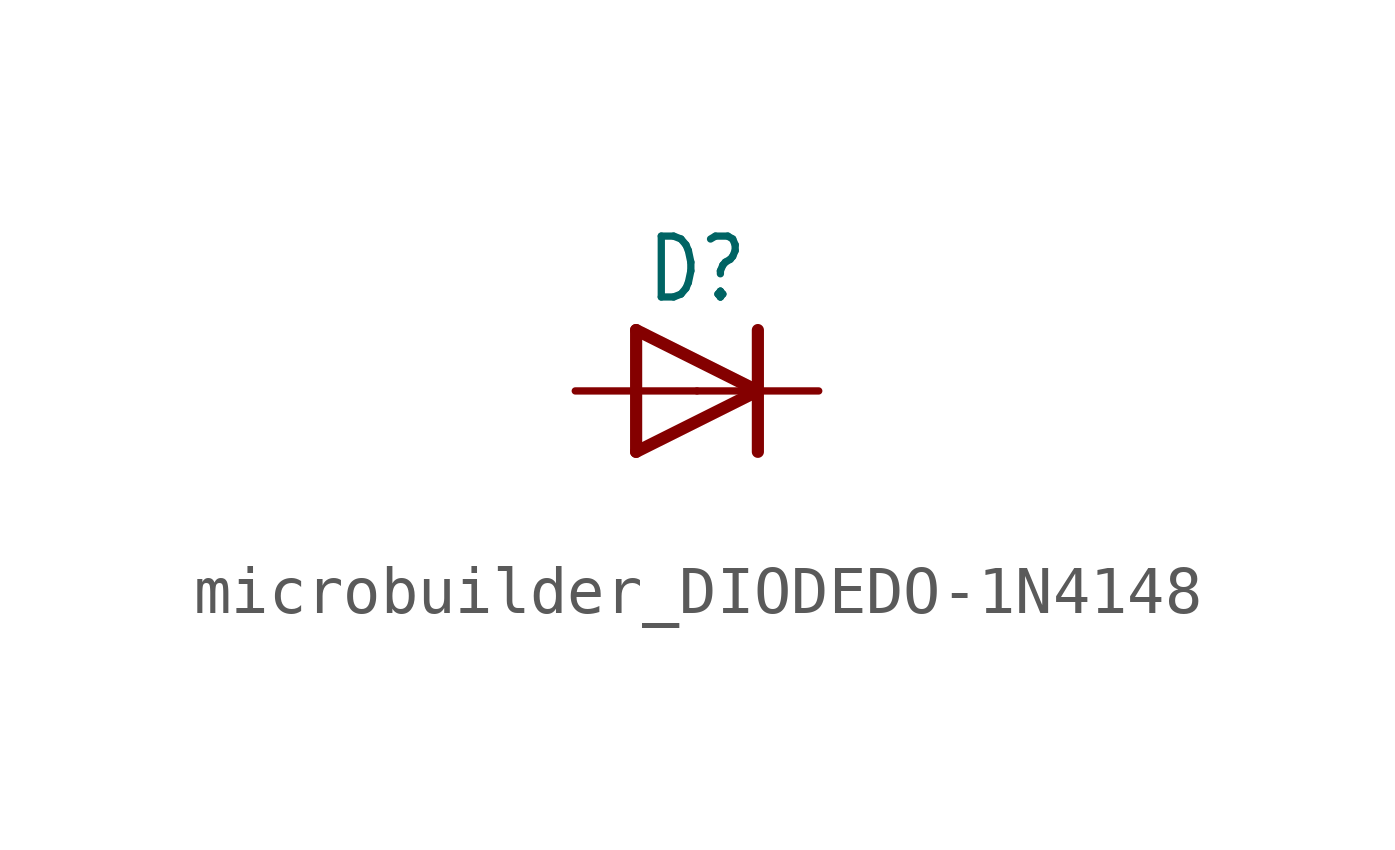
<source format=kicad_sym>
(kicad_symbol_lib
  (version 20231120)
  (generator "kicad_symbol_editor")
  (generator_version "8.0")
  (symbol "microbuilder_DIODEDO-1N4148"
    (property "Reference" "D"
      (at 0 2.54 0)
      (effects (font (size 1.27 1.079))))
    (property "Value" ""
      (at 0 -2.5 0)
      (effects (font (size 1.27 1.079))))
    (property "ki_locked" ""
      (at 0 0 0)
      (effects (font (size 1.27 1.27))))
    (symbol "microbuilder_DIODEDO-1N4148_1_0"
      (polyline (pts (xy -1.27 -1.27) (xy 1.27 0)) (stroke (width 0.254) (type solid)) (fill (type none)))
      (polyline (pts (xy -1.27 1.27) (xy -1.27 -1.27)) (stroke (width 0.254) (type solid)) (fill (type none)))
      (polyline (pts (xy 1.27 0) (xy -1.27 1.27)) (stroke (width 0.254) (type solid)) (fill (type none)))
      (polyline (pts (xy 1.27 0) (xy 1.27 -1.27)) (stroke (width 0.254) (type solid)) (fill (type none)))
      (polyline (pts (xy 1.27 1.27) (xy 1.27 0)) (stroke (width 0.254) (type solid)) (fill (type none)))
      (pin passive line (at -2.54 0 0) (length 2.54) (name "A" (effects (font (size 0 0)))) (number "A" (effects (font (size 0 0)))))
      (pin passive line (at 2.54 0 180) (length 2.54) (name "C" (effects (font (size 0 0)))) (number "C" (effects (font (size 0 0))))))))
</source>
